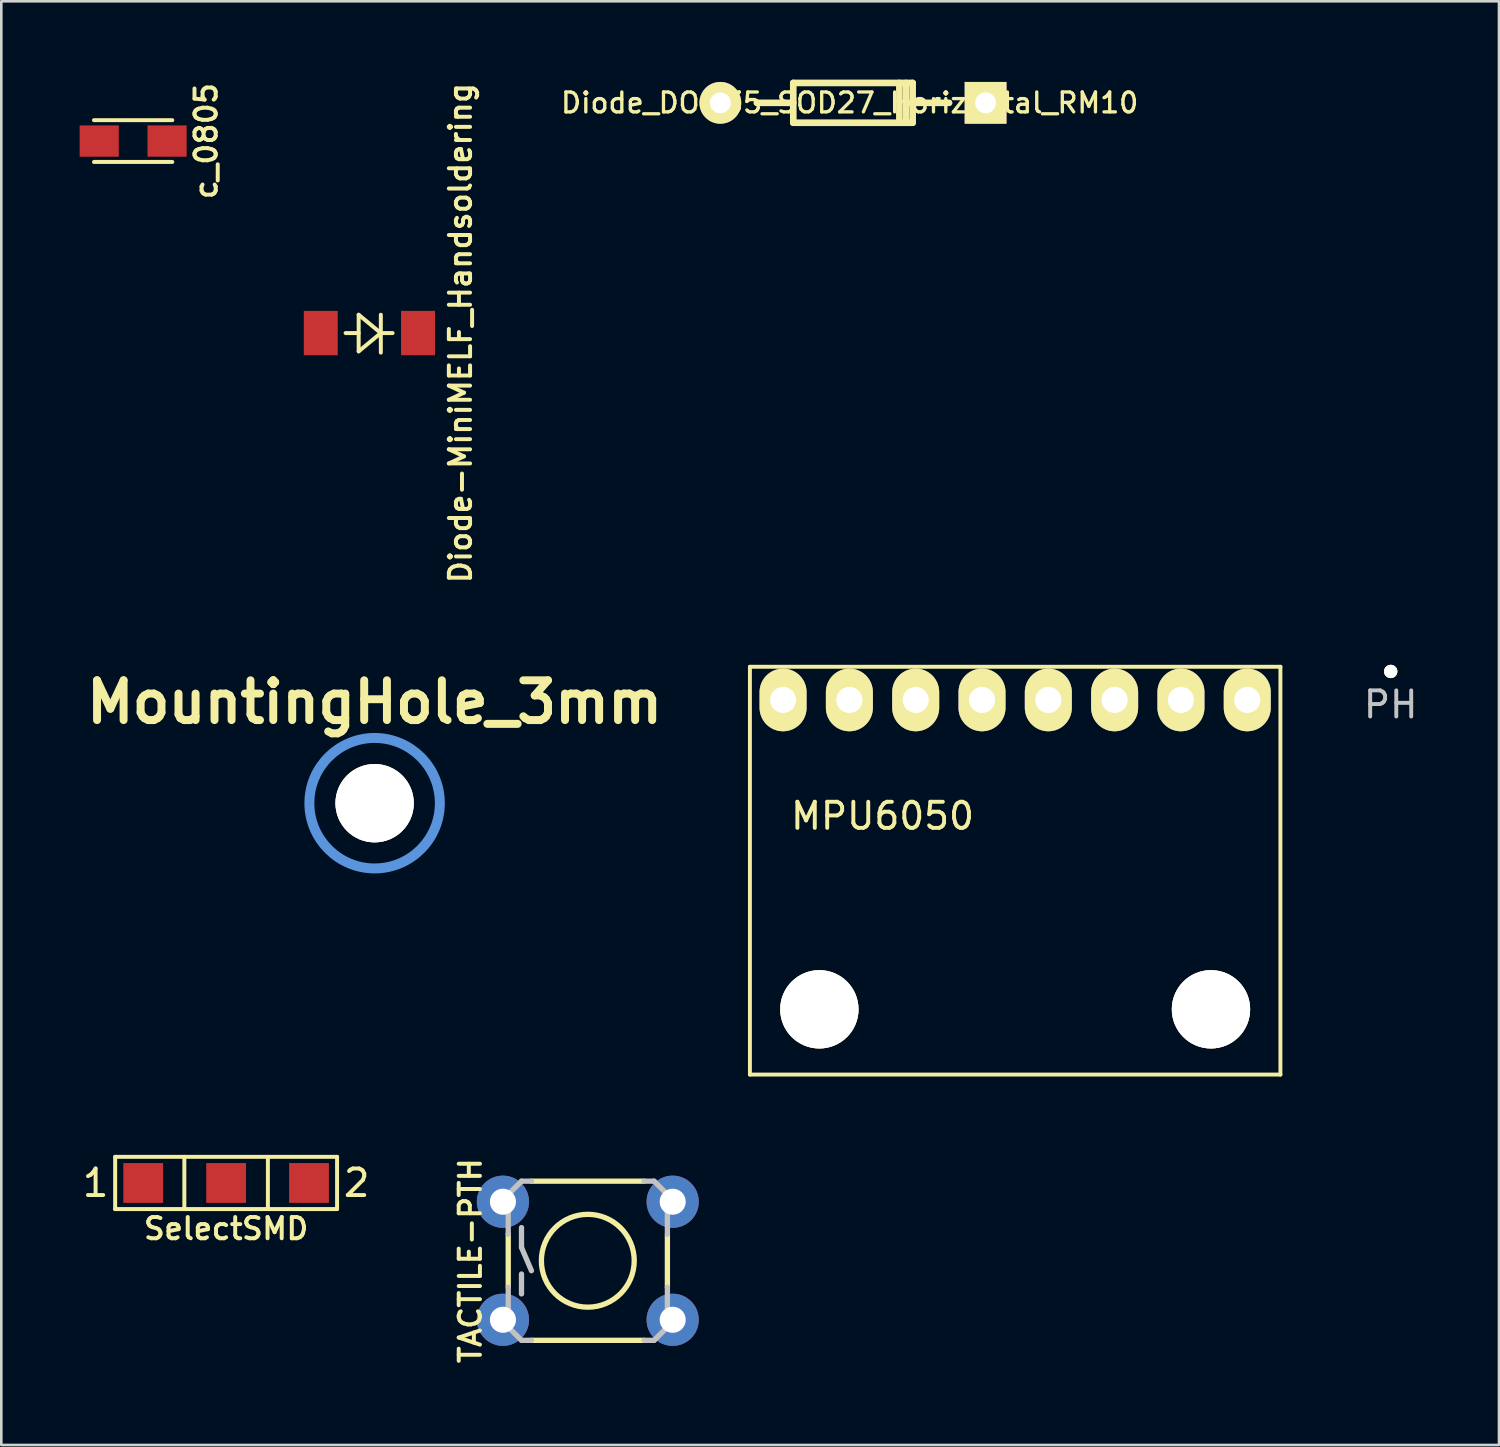
<source format=kicad_pcb>
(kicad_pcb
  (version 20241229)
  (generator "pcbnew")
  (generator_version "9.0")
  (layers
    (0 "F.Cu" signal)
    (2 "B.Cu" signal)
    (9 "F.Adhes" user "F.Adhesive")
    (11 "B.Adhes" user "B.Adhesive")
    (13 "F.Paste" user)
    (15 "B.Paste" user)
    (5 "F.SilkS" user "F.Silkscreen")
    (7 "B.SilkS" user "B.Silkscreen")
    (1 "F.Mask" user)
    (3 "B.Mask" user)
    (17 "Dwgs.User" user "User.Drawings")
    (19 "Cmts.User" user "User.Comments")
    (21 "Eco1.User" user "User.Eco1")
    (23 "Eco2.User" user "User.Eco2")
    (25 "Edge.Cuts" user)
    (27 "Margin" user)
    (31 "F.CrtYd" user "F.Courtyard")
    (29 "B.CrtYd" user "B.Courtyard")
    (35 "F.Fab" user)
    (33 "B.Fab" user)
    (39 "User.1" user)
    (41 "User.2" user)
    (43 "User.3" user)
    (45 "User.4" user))
  (footprint "Diode-MiniMELF_Handsoldering"
    (layer "F.Cu")
    (at 11.087 9.707)
    (property "Reference" "Diode-MiniMELF_Handsoldering" (at 3.5 0 90) (layer "F.SilkS") (effects (font (size 0.813 0.813) (thickness 0.152))))
    (attr smd)
    (fp_line (start -0.399 -0.701) (end -0.399 0.701) (stroke (width 0.152) (type solid)) (layer "F.SilkS"))
    (fp_line (start -0.399 0) (end -0.9 0) (stroke (width 0.152) (type solid)) (layer "F.SilkS"))
    (fp_line (start -0.399 0.701) (end 0.45 0) (stroke (width 0.152) (type solid)) (layer "F.SilkS"))
    (fp_line (start 0.45 0) (end -0.399 -0.701) (stroke (width 0.152) (type solid)) (layer "F.SilkS"))
    (fp_line (start 0.45 0) (end 0.45 -0.701) (stroke (width 0.152) (type solid)) (layer "F.SilkS"))
    (fp_line (start 0.45 0) (end 0.45 0.749) (stroke (width 0.152) (type solid)) (layer "F.SilkS"))
    (fp_line (start 0.45 0) (end 0.9 0) (stroke (width 0.152) (type solid)) (layer "F.SilkS"))
    (pad "1" smd rect (at 1.875 0) (size 1.3 1.7) (layers "F.Cu" "F.Mask" "F.Paste"))
    (pad "2" smd rect (at -1.85 0) (size 1.3 1.7) (layers "F.Cu" "F.Mask" "F.Paste")))
  (footprint "MPU6050"
    (layer "F.Cu")
    (at 35.834 30.11)
    (property "Reference" "MPU6050" (at -5.08 -1.905 0) (layer "F.SilkS") (effects (font (size 1 1) (thickness 0.15))))
    (attr through_hole)
    (fp_line (start -10.16 -7.62) (end 10.16 -7.62) (stroke (width 0.15) (type solid)) (layer "F.SilkS"))
    (fp_line (start -10.16 8) (end -10.16 -7.62) (stroke (width 0.15) (type solid)) (layer "F.SilkS"))
    (fp_line (start 10.16 -7.62) (end 10.16 8) (stroke (width 0.15) (type solid)) (layer "F.SilkS"))
    (fp_line (start 10.16 8) (end -10.16 8) (stroke (width 0.15) (type solid)) (layer "F.SilkS"))
    (pad "" thru_hole circle (at -7.5 5.5) (size 3 3) (drill 3) (layers "*.Cu" "*.Mask" "F.SilkS"))
    (pad "" thru_hole circle (at 7.5 5.5) (size 3 3) (drill 3) (layers "*.Cu" "*.Mask" "F.SilkS"))
    (pad "1" thru_hole oval (at 8.89 -6.35 90) (size 2.4 1.8) (drill 1) (layers "*.Cu" "*.Mask" "F.SilkS"))
    (pad "2" thru_hole oval (at 6.35 -6.35 90) (size 2.4 1.8) (drill 1) (layers "*.Cu" "*.Mask" "F.SilkS"))
    (pad "3" thru_hole oval (at 3.81 -6.35 90) (size 2.4 1.8) (drill 1) (layers "*.Cu" "*.Mask" "F.SilkS"))
    (pad "4" thru_hole oval (at 1.27 -6.35 90) (size 2.4 1.8) (drill 1) (layers "*.Cu" "*.Mask" "F.SilkS"))
    (pad "5" thru_hole oval (at -1.27 -6.35 90) (size 2.4 1.8) (drill 1) (layers "*.Cu" "*.Mask" "F.SilkS"))
    (pad "6" thru_hole oval (at -3.81 -6.35 90) (size 2.4 1.8) (drill 1) (layers "*.Cu" "*.Mask" "F.SilkS"))
    (pad "7" thru_hole oval (at -6.35 -6.35 90) (size 2.4 1.8) (drill 1) (layers "*.Cu" "*.Mask" "F.SilkS"))
    (pad "8" thru_hole oval (at -8.89 -6.35 90) (size 2.4 1.8) (drill 1) (layers "*.Cu" "*.Mask" "F.SilkS")))
  (footprint "c_0805"
    (layer "F.Cu")
    (at 2.05 2.353)
    (property "Reference" "c_0805" (at 2.794 0 90) (layer "F.SilkS") (effects (font (size 0.813 0.813) (thickness 0.152))))
    (attr smd)
    (fp_line (start -1.5 -0.8) (end 1.5 -0.8) (stroke (width 0.152) (type solid)) (layer "F.SilkS"))
    (fp_line (start -1.5 0.8) (end 1.5 0.8) (stroke (width 0.152) (type solid)) (layer "F.SilkS"))
    (pad "1" smd rect (at -1.3 0) (size 1.5 1.2) (layers "F.Cu" "F.Mask" "F.Paste"))
    (pad "2" smd rect (at 1.3 0) (size 1.5 1.2) (layers "F.Cu" "F.Mask" "F.Paste")))
  (footprint "SelectSMD"
    (layer "F.Cu")
    (at 5.611 42.261)
    (property "Reference" "SelectSMD" (at 0 1.75 0) (layer "F.SilkS") (effects (font (size 0.813 0.813) (thickness 0.152))))
    (attr through_hole)
    (fp_line (start -4.25 -1) (end -4.25 1) (stroke (width 0.152) (type solid)) (layer "F.SilkS"))
    (fp_line (start -4.25 -1) (end 4.25 -1) (stroke (width 0.152) (type solid)) (layer "F.SilkS"))
    (fp_line (start -4.25 1) (end 4.25 1) (stroke (width 0.152) (type solid)) (layer "F.SilkS"))
    (fp_line (start -1.6 -1) (end -1.6 1) (stroke (width 0.152) (type solid)) (layer "F.SilkS"))
    (fp_line (start 1.6 -1) (end 1.6 1) (stroke (width 0.152) (type solid)) (layer "F.SilkS"))
    (fp_line (start 4.25 1) (end 4.25 -1) (stroke (width 0.152) (type solid)) (layer "F.SilkS"))
    (fp_text user "2" (at 5 0 0) (layer "F.SilkS") (effects (font (size 1.016 1.016) (thickness 0.152))))
    (fp_text user "1" (at -5 0 0) (layer "F.SilkS") (effects (font (size 1.016 1.016) (thickness 0.152))))
    (pad "1" smd rect (at -3.175 0) (size 1.524 1.524) (layers "F.Cu" "F.Mask" "F.Paste"))
    (pad "2" smd rect (at 0 0) (size 1.524 1.524) (layers "F.Cu" "F.Mask" "F.Paste"))
    (pad "3" smd rect (at 3.175 0) (size 1.524 1.524) (layers "F.Cu" "F.Mask" "F.Paste")))
  (footprint "TACTILE-PTH"
    (layer "F.Cu")
    (at 19.465 45.241)
    (property "Reference" "TACTILE-PTH" (at -4.5 0 90) (layer "F.SilkS") (effects (font (size 0.813 0.813) (thickness 0.152))))
    (attr through_hole)
    (fp_line (start -3.048 -1.028) (end -3.048 1.016) (stroke (width 0.203) (type solid)) (layer "F.SilkS"))
    (fp_line (start -2.159 3.048) (end 2.159 3.048) (stroke (width 0.203) (type solid)) (layer "F.SilkS"))
    (fp_line (start 2.159 -3.048) (end -2.159 -3.048) (stroke (width 0.203) (type solid)) (layer "F.SilkS"))
    (fp_line (start 3.048 -0.998) (end 3.048 1.016) (stroke (width 0.203) (type solid)) (layer "F.SilkS"))
    (fp_circle (center 0 0) (end 1.778 0) (stroke (width 0.203) (type solid)) (fill no) (layer "F.SilkS"))
    (fp_line (start -3.048 -2.54) (end -3.048 -1.016) (stroke (width 0.203) (type solid)) (layer "Dwgs.User"))
    (fp_line (start -3.048 2.54) (end -3.048 1.016) (stroke (width 0.203) (type solid)) (layer "Dwgs.User"))
    (fp_line (start -2.54 -3.048) (end -3.048 -2.54) (stroke (width 0.203) (type solid)) (layer "Dwgs.User"))
    (fp_line (start -2.54 -3.048) (end -2.159 -3.048) (stroke (width 0.203) (type solid)) (layer "Dwgs.User"))
    (fp_line (start -2.54 -1.27) (end -2.54 -0.508) (stroke (width 0.203) (type solid)) (layer "Dwgs.User"))
    (fp_line (start -2.54 -0.508) (end -2.159 0.381) (stroke (width 0.203) (type solid)) (layer "Dwgs.User"))
    (fp_line (start -2.54 0.508) (end -2.54 1.27) (stroke (width 0.203) (type solid)) (layer "Dwgs.User"))
    (fp_line (start -2.54 3.048) (end -3.048 2.54) (stroke (width 0.203) (type solid)) (layer "Dwgs.User"))
    (fp_line (start -2.54 3.048) (end -2.159 3.048) (stroke (width 0.203) (type solid)) (layer "Dwgs.User"))
    (fp_line (start 2.54 -3.048) (end 2.159 -3.048) (stroke (width 0.203) (type solid)) (layer "Dwgs.User"))
    (fp_line (start 2.54 3.048) (end 2.159 3.048) (stroke (width 0.203) (type solid)) (layer "Dwgs.User"))
    (fp_line (start 2.54 3.048) (end 3.048 2.54) (stroke (width 0.203) (type solid)) (layer "Dwgs.User"))
    (fp_line (start 3.048 -2.54) (end 2.54 -3.048) (stroke (width 0.203) (type solid)) (layer "Dwgs.User"))
    (fp_line (start 3.048 -1.016) (end 3.048 -2.54) (stroke (width 0.203) (type solid)) (layer "Dwgs.User"))
    (fp_line (start 3.048 2.54) (end 3.048 1.016) (stroke (width 0.203) (type solid)) (layer "Dwgs.User"))
    (pad "1" thru_hole circle (at -3.251 -2.261) (size 2 2) (drill 1) (layers "*.Cu" "*.Mask"))
    (pad "1" thru_hole circle (at 3.251 -2.261) (size 2 2) (drill 1) (layers "*.Cu" "*.Mask"))
    (pad "2" thru_hole circle (at -3.251 2.261) (size 2 2) (drill 1) (layers "*.Cu" "*.Mask"))
    (pad "2" thru_hole circle (at 3.251 2.261) (size 2 2) (drill 1) (layers "*.Cu" "*.Mask")))
  (footprint "PH"
    (layer "F.Cu")
    (at 50.218 22.669)
    (property "Reference" "PH" (at 0 1.27 0) (layer "Dwgs.User") (effects (font (size 1 1) (thickness 0.15))))
    (attr through_hole)
    (pad "" thru_hole circle (at 0 0) (size 0.508 0.508) (drill 0.508) (layers "*.Cu" "*.Mask" "F.SilkS")))
  (footprint "MountingHole_3mm"
    (layer "F.Cu")
    (at 11.299 27.715)
    (property "Reference" "MountingHole_3mm" (at 0 -3.873 0) (layer "F.SilkS") (effects (font (size 1.524 1.524) (thickness 0.305))))
    (attr through_hole)
    (fp_circle (center 0 0) (end 2.499 0) (stroke (width 0.381) (type solid)) (fill no) (layer "Cmts.User"))
    (pad "1" thru_hole circle (at 0 0) (size 3 3) (drill 3) (layers "*.Cu" "*.Mask" "F.SilkS")))
  (footprint "Diode_DO-35_SOD27_Horizontal_RM10"
    (layer "F.Cu")
    (at 29.621 0.889)
    (property "Reference" "Diode_DO-35_SOD27_Horizontal_RM10" (at -0.127 0 0) (layer "F.SilkS") (effects (font (size 0.762 0.762) (thickness 0.127))))
    (attr through_hole)
    (fp_line (start -2.286 -0.762) (end 2.286 -0.762) (stroke (width 0.254) (type solid)) (layer "F.SilkS"))
    (fp_line (start -2.286 0) (end -3.683 0) (stroke (width 0.254) (type solid)) (layer "F.SilkS"))
    (fp_line (start -2.286 0.762) (end -2.286 -0.762) (stroke (width 0.254) (type solid)) (layer "F.SilkS"))
    (fp_line (start 1.778 -0.762) (end 1.778 0.762) (stroke (width 0.254) (type solid)) (layer "F.SilkS"))
    (fp_line (start 2.032 -0.762) (end 2.032 0.762) (stroke (width 0.254) (type solid)) (layer "F.SilkS"))
    (fp_line (start 2.159 0) (end 3.683 0) (stroke (width 0.254) (type solid)) (layer "F.SilkS"))
    (fp_line (start 2.286 -0.762) (end 2.286 0) (stroke (width 0.254) (type solid)) (layer "F.SilkS"))
    (fp_line (start 2.286 0) (end 2.286 0.762) (stroke (width 0.254) (type solid)) (layer "F.SilkS"))
    (fp_line (start 2.286 0.762) (end -2.286 0.762) (stroke (width 0.254) (type solid)) (layer "F.SilkS"))
    (pad "1" thru_hole circle (at -5.08 0) (size 1.6 1.6) (drill 0.8) (layers "*.Cu" "*.Mask" "F.SilkS"))
    (pad "2" thru_hole rect (at 5.08 0) (size 1.6 1.6) (drill 0.8) (layers "*.Cu" "*.Mask" "F.SilkS")))
  (gr_rect
    (start -3 -3)
    (end 54.366 52.298)
    (stroke (width 0.1) (type default))
    (fill no)
    (layer "Edge.Cuts")))
</source>
